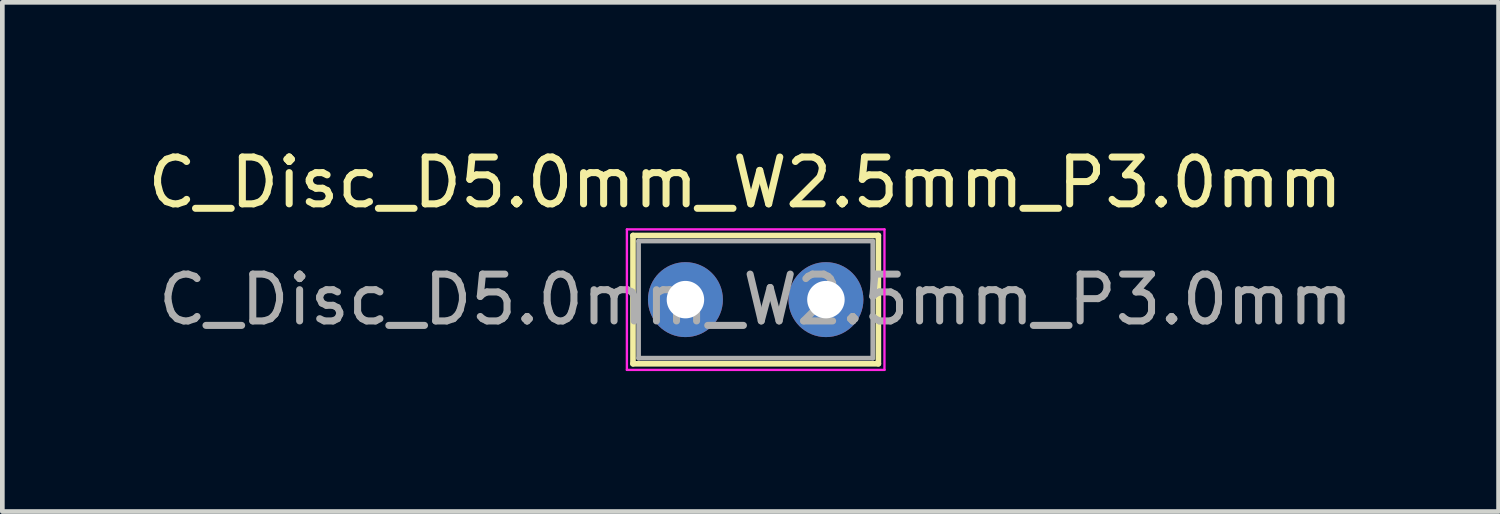
<source format=kicad_pcb>
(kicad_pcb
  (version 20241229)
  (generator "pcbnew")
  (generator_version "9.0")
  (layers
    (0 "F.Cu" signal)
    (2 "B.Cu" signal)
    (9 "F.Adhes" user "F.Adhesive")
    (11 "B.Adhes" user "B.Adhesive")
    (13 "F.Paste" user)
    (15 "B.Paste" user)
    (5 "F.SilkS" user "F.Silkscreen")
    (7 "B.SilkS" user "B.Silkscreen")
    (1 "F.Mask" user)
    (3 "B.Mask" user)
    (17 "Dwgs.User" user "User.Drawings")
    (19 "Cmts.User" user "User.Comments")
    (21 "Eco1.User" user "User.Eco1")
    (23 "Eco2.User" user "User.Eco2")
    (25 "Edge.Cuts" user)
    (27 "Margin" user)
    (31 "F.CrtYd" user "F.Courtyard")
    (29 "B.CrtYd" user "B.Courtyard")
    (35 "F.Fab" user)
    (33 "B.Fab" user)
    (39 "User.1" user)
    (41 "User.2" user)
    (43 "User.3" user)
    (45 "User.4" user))
  (footprint "C_Disc_D5.0mm_W2.5mm_P3.0mm"
    (layer "F.Cu")
    (at 11.613 3.348)
    (property "Reference" "C_Disc_D5.0mm_W2.5mm_P3.0mm" (at 1.25 -2.5 0) (layer "F.SilkS") (effects (font (size 1 1) (thickness 0.15))))
    (attr through_hole)
    (fp_line (start -1.147 -1.37) (end -1.147 1.37) (stroke (width 0.12) (type solid)) (layer "F.SilkS"))
    (fp_line (start -1.147 -1.37) (end 4.093 -1.37) (stroke (width 0.12) (type solid)) (layer "F.SilkS"))
    (fp_line (start -1.147 1.37) (end 4.093 1.37) (stroke (width 0.12) (type solid)) (layer "F.SilkS"))
    (fp_line (start 4.093 -1.37) (end 4.093 1.37) (stroke (width 0.12) (type solid)) (layer "F.SilkS"))
    (fp_line (start -1.277 -1.5) (end -1.277 1.5) (stroke (width 0.05) (type solid)) (layer "F.CrtYd"))
    (fp_line (start -1.277 1.5) (end 4.223 1.5) (stroke (width 0.05) (type solid)) (layer "F.CrtYd"))
    (fp_line (start 4.223 -1.5) (end -1.277 -1.5) (stroke (width 0.05) (type solid)) (layer "F.CrtYd"))
    (fp_line (start 4.223 1.5) (end 4.223 -1.5) (stroke (width 0.05) (type solid)) (layer "F.CrtYd"))
    (fp_line (start -1.027 -1.25) (end -1.027 1.25) (stroke (width 0.1) (type solid)) (layer "F.Fab"))
    (fp_line (start -1.027 1.25) (end 3.973 1.25) (stroke (width 0.1) (type solid)) (layer "F.Fab"))
    (fp_line (start 3.973 -1.25) (end -1.027 -1.25) (stroke (width 0.1) (type solid)) (layer "F.Fab"))
    (fp_line (start 3.973 1.25) (end 3.973 -1.25) (stroke (width 0.1) (type solid)) (layer "F.Fab"))
    (fp_text user "${REFERENCE}" (at 1.473 0 0) (layer "F.Fab") (effects (font (size 1 1) (thickness 0.15))))
    (pad "1" thru_hole circle (at -0.027 0) (size 1.6 1.6) (drill 0.8) (layers "*.Cu" "*.Mask"))
    (pad "2" thru_hole circle (at 2.973 0) (size 1.6 1.6) (drill 0.8) (layers "*.Cu" "*.Mask")))
  (gr_rect
    (start -3 -3)
    (end 28.949 7.873)
    (stroke (width 0.1) (type default))
    (fill no)
    (layer "Edge.Cuts")))
</source>
